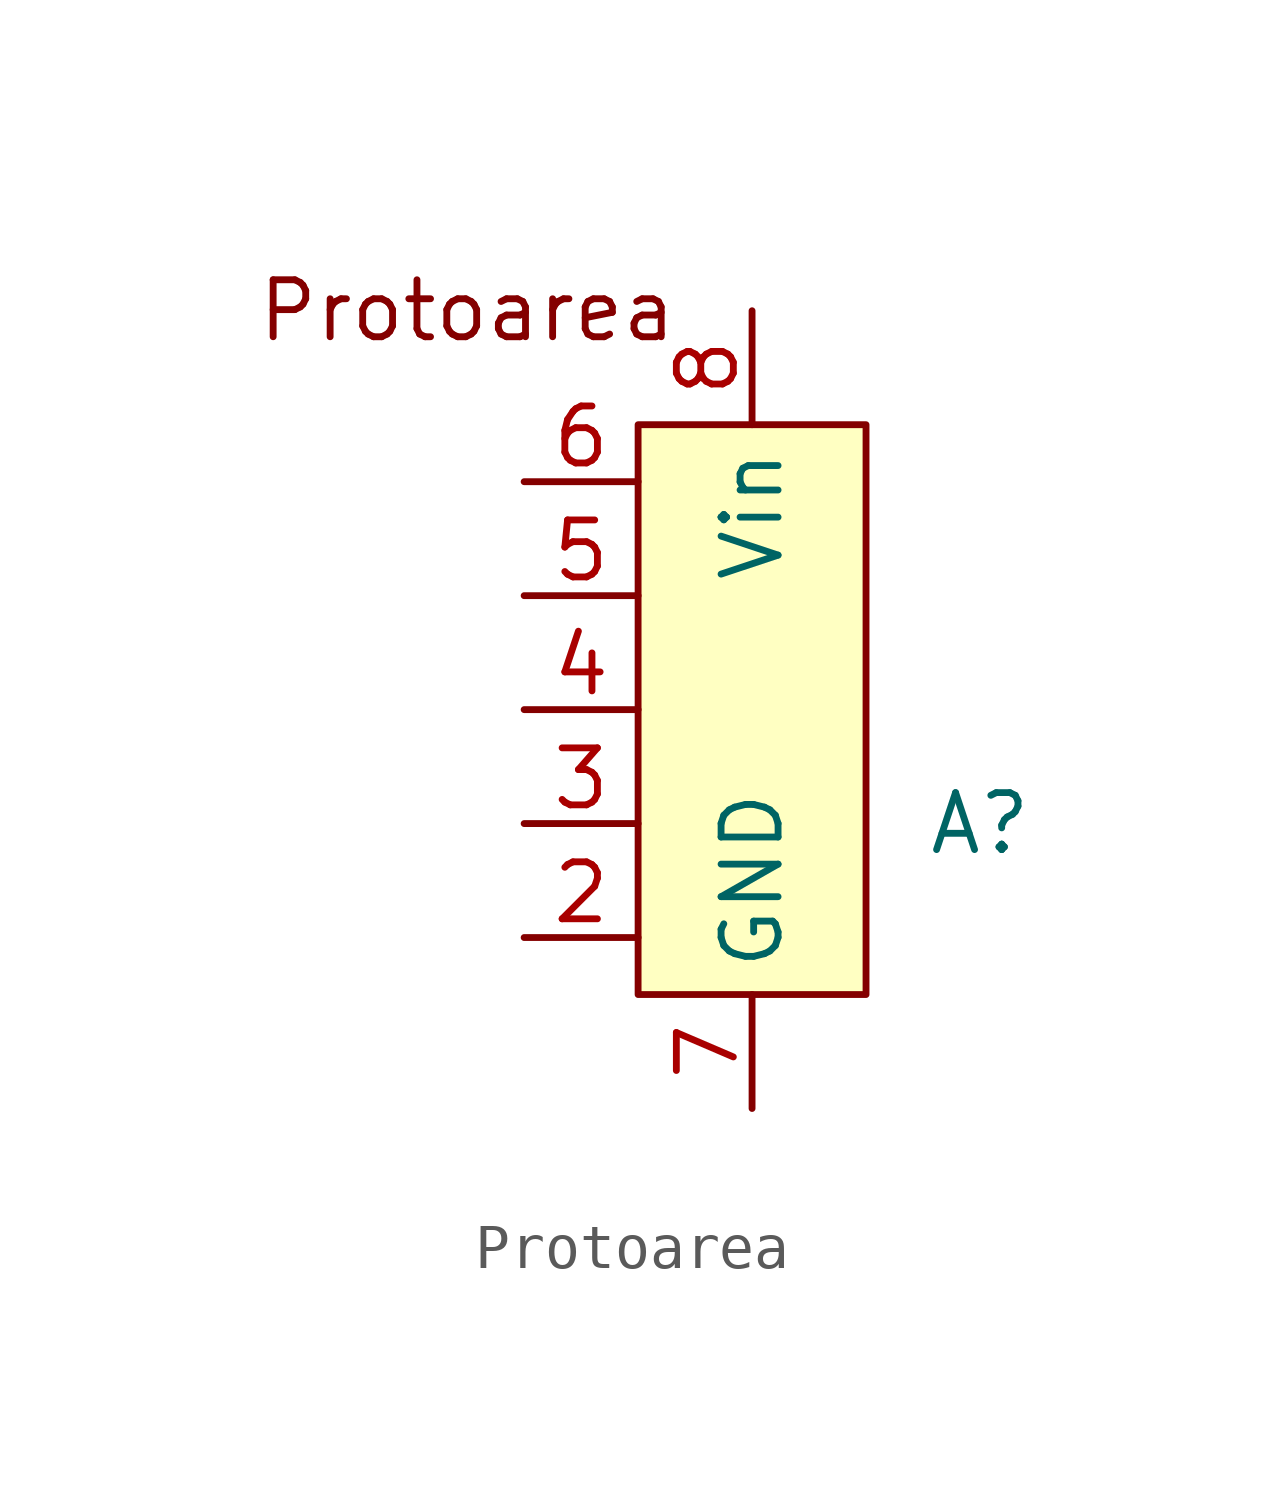
<source format=kicad_sym>
(kicad_symbol_lib
  (version 20231120)
  (generator "kicad_symbol_editor")
  (generator_version "8.0")
  (symbol "Protoarea"
    (property "Reference" "A"
      (at 5.08 -2.54 0)
      (effects (font (size 1.27 1.27))))
    (property "Value" ""
      (at 0 0 0)
      (effects (font (size 1.27 1.27))))
    (symbol "Protoarea_1_1"
      (rectangle (start -2.54 6.35) (end 2.54 -6.35) (stroke (width 0) (type default)) (fill (type background)))
      (text "Protoarea" (at -6.35 8.89 0) (effects (font (size 1.27 1.27))))
      (pin input line (at -5.08 -5.08 0) (length 2.54) (name "" (effects (font (size 1.27 1.27)))) (number "2" (effects (font (size 1.27 1.27)))))
      (pin input line (at -5.08 -2.54 0) (length 2.54) (name "" (effects (font (size 1.27 1.27)))) (number "3" (effects (font (size 1.27 1.27)))))
      (pin input line (at -5.08 0 0) (length 2.54) (name "" (effects (font (size 1.27 1.27)))) (number "4" (effects (font (size 1.27 1.27)))))
      (pin input line (at -5.08 2.54 0) (length 2.54) (name "" (effects (font (size 1.27 1.27)))) (number "5" (effects (font (size 1.27 1.27)))))
      (pin output line (at -5.08 5.08 0) (length 2.54) (name "" (effects (font (size 1.27 1.27)))) (number "6" (effects (font (size 1.27 1.27)))))
      (pin power_in line (at 0 -8.89 90) (length 2.54) (name "GND" (effects (font (size 1.27 1.27)))) (number "7" (effects (font (size 1.27 1.27)))))
      (pin power_in line (at 0 8.89 270) (length 2.54) (name "Vin" (effects (font (size 1.27 1.27)))) (number "8" (effects (font (size 1.27 1.27))))))))
</source>
